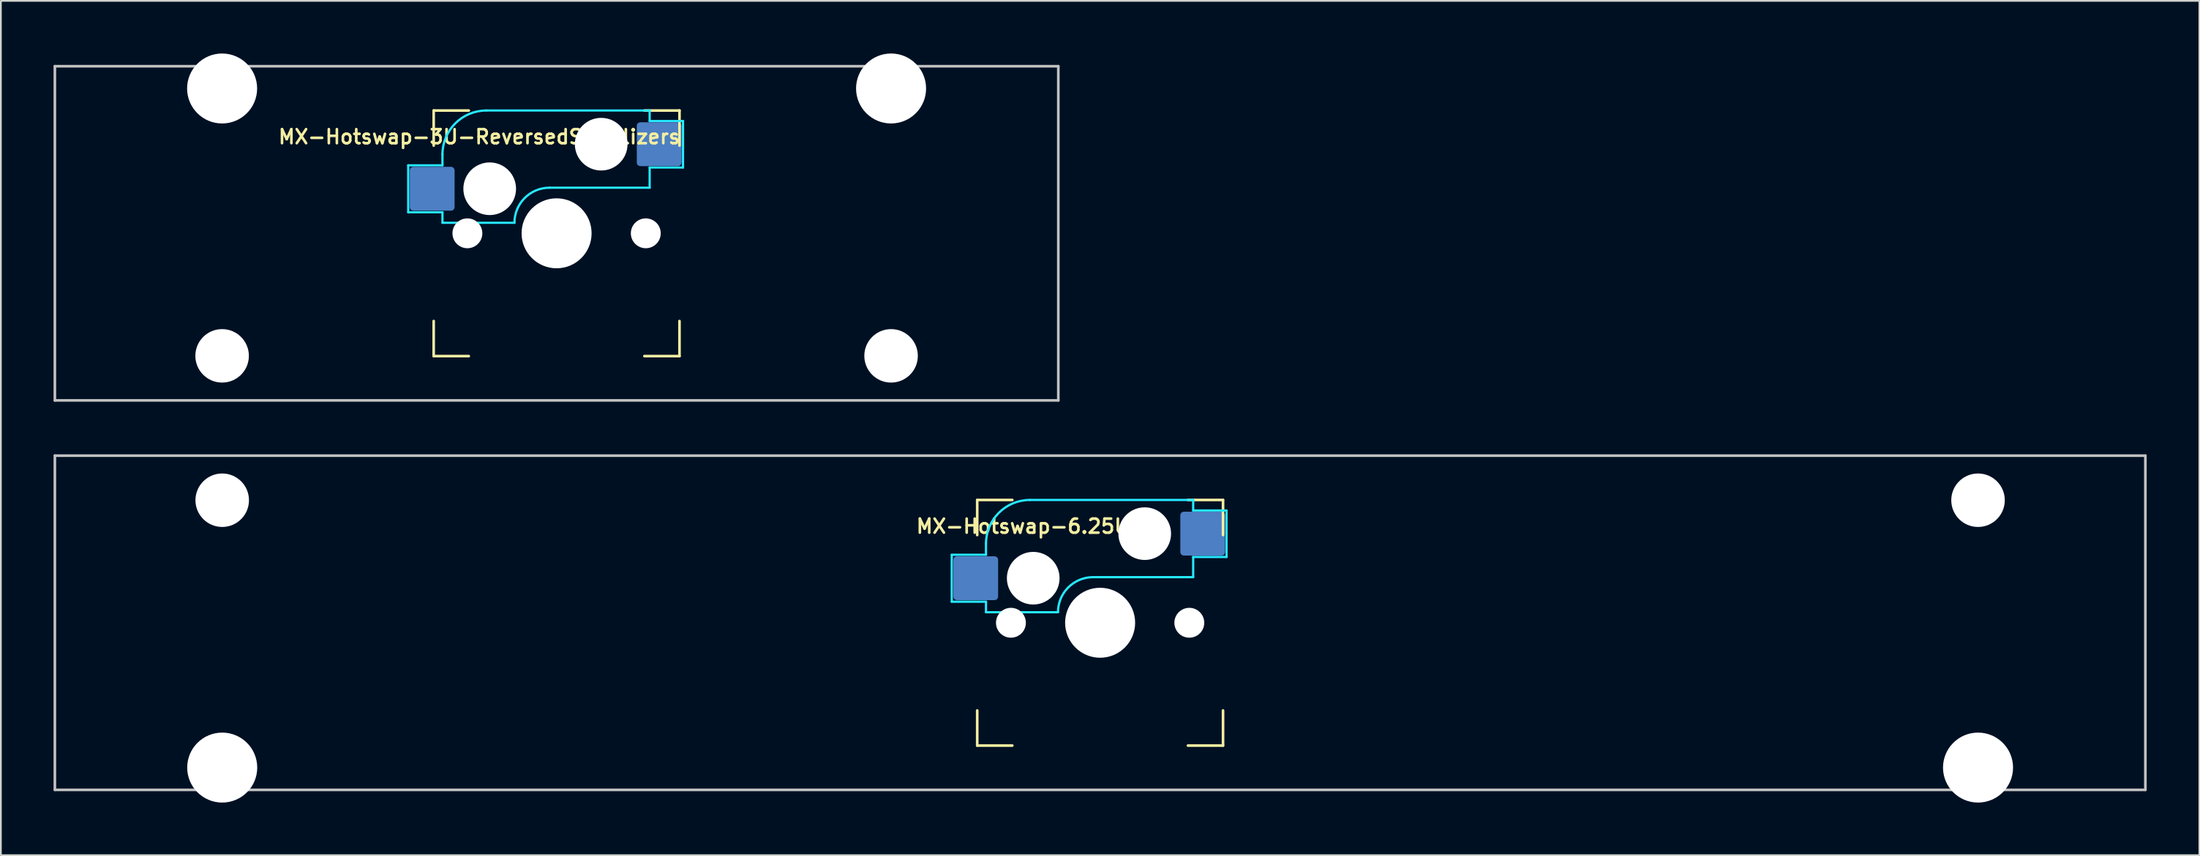
<source format=kicad_pcb>
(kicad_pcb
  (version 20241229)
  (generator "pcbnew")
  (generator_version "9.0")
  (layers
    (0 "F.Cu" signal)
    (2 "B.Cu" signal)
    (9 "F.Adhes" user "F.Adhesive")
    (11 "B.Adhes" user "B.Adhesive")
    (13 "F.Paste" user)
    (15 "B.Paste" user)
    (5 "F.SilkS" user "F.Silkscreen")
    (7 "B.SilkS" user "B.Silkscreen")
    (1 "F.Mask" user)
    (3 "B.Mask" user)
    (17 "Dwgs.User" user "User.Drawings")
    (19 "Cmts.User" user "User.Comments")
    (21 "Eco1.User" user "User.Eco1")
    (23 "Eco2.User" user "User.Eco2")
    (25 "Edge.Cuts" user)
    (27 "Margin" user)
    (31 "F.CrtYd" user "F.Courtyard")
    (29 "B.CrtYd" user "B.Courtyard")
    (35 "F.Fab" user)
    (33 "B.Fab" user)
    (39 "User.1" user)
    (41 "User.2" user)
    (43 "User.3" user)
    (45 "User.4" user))
  (footprint "MX-Hotswap-6.25U"
    (layer "F.Cu")
    (at 59.606 32.449)
    (property "Reference" "MX-Hotswap-6.25U" (at -4.4 -5.5 0) (layer "F.SilkS") (effects (font (size 0.8 0.8) (thickness 0.15))))
    (attr smd)
    (fp_line (start -7 -7) (end -7 -5) (stroke (width 0.15) (type solid)) (layer "F.SilkS"))
    (fp_line (start -7 5) (end -7 7) (stroke (width 0.15) (type solid)) (layer "F.SilkS"))
    (fp_line (start -7 7) (end -5 7) (stroke (width 0.15) (type solid)) (layer "F.SilkS"))
    (fp_line (start -5 -7) (end -7 -7) (stroke (width 0.15) (type solid)) (layer "F.SilkS"))
    (fp_line (start 5 -7) (end 7 -7) (stroke (width 0.15) (type solid)) (layer "F.SilkS"))
    (fp_line (start 5 7) (end 7 7) (stroke (width 0.15) (type solid)) (layer "F.SilkS"))
    (fp_line (start 7 -7) (end 7 -5) (stroke (width 0.15) (type solid)) (layer "F.SilkS"))
    (fp_line (start 7 7) (end 7 5) (stroke (width 0.15) (type solid)) (layer "F.SilkS"))
    (fp_line (start -59.531 9.525) (end -59.531 -9.525) (stroke (width 0.15) (type solid)) (layer "Dwgs.User"))
    (fp_line (start 59.531 -9.525) (end -59.531 -9.525) (stroke (width 0.15) (type solid)) (layer "Dwgs.User"))
    (fp_line (start 59.531 9.525) (end -59.531 9.525) (stroke (width 0.15) (type solid)) (layer "Dwgs.User"))
    (fp_line (start 59.531 9.525) (end 59.531 -9.525) (stroke (width 0.15) (type solid)) (layer "Dwgs.User"))
    (fp_line (start -8.45 -3.875) (end -8.45 -1.2) (stroke (width 0.127) (type solid)) (layer "B.CrtYd"))
    (fp_line (start -8.45 -1.2) (end -6.5 -1.2) (stroke (width 0.127) (type solid)) (layer "B.CrtYd"))
    (fp_line (start -6.5 -4.5) (end -6.5 -3.875) (stroke (width 0.127) (type solid)) (layer "B.CrtYd"))
    (fp_line (start -6.5 -3.875) (end -8.45 -3.875) (stroke (width 0.127) (type solid)) (layer "B.CrtYd"))
    (fp_line (start -6.5 -0.6) (end -6.5 -1.2) (stroke (width 0.127) (type solid)) (layer "B.CrtYd"))
    (fp_line (start -6.5 -0.6) (end -2.4 -0.6) (stroke (width 0.127) (type solid)) (layer "B.CrtYd"))
    (fp_line (start -0.4 -2.6) (end 5.3 -2.6) (stroke (width 0.127) (type solid)) (layer "B.CrtYd"))
    (fp_line (start 5.3 -7) (end -4 -7) (stroke (width 0.127) (type solid)) (layer "B.CrtYd"))
    (fp_line (start 5.3 -7) (end 5.3 -6.4) (stroke (width 0.127) (type solid)) (layer "B.CrtYd"))
    (fp_line (start 5.3 -6.4) (end 7.2 -6.4) (stroke (width 0.127) (type solid)) (layer "B.CrtYd"))
    (fp_line (start 5.3 -2.6) (end 5.3 -3.75) (stroke (width 0.127) (type solid)) (layer "B.CrtYd"))
    (fp_line (start 7.2 -6.4) (end 7.2 -3.75) (stroke (width 0.127) (type solid)) (layer "B.CrtYd"))
    (fp_line (start 7.2 -3.75) (end 5.3 -3.75) (stroke (width 0.127) (type solid)) (layer "B.CrtYd"))
    (fp_arc (start -6.5 -4.5) (mid -5.767767 -6.267767) (end -4 -7) (stroke (width 0.127) (type solid)) (layer "B.CrtYd"))
    (fp_arc (start -2.4 -0.6) (mid -1.814214 -2.014214) (end -0.4 -2.6) (stroke (width 0.127) (type solid)) (layer "B.CrtYd"))
    (pad "" np_thru_hole circle (at -50 -6.985) (size 3.048 3.048) (drill 3.048) (layers "*.Cu" "*.Mask"))
    (pad "" np_thru_hole circle (at -50 8.255) (size 3.988 3.988) (drill 3.988) (layers "*.Cu" "*.Mask"))
    (pad "" np_thru_hole circle (at -5.08 0 48.099) (size 1.702 1.702) (drill 1.702) (layers "*.Cu" "*.Mask"))
    (pad "" np_thru_hole circle (at -3.81 -2.54) (size 3 3) (drill 3) (layers "*.Cu" "*.Mask"))
    (pad "" np_thru_hole circle (at 0 0) (size 3.988 3.988) (drill 3.988) (layers "*.Cu" "*.Mask"))
    (pad "" np_thru_hole circle (at 2.54 -5.08) (size 3 3) (drill 3) (layers "*.Cu" "*.Mask"))
    (pad "" np_thru_hole circle (at 5.08 0 48.099) (size 1.702 1.702) (drill 1.702) (layers "*.Cu" "*.Mask"))
    (pad "" np_thru_hole circle (at 50 -6.985) (size 3.048 3.048) (drill 3.048) (layers "*.Cu" "*.Mask"))
    (pad "" np_thru_hole circle (at 50 8.255) (size 3.988 3.988) (drill 3.988) (layers "*.Cu" "*.Mask"))
    (pad "1" smd roundrect (at -7.085 -2.54) (size 2.55 2.5) (layers "B.Cu" "B.Mask" "B.Paste") (roundrect_rratio 0.08))
    (pad "2" smd roundrect (at 5.842 -5.08) (size 2.55 2.5) (layers "B.Cu" "B.Mask" "B.Paste") (roundrect_rratio 0.08)))
  (footprint "MX-Hotswap-3U-ReversedStabilizers"
    (layer "F.Cu")
    (at 28.65 10.249)
    (property "Reference" "MX-Hotswap-3U-ReversedStabilizers" (at -4.4 -5.5 0) (layer "F.SilkS") (effects (font (size 0.8 0.8) (thickness 0.15))))
    (attr smd)
    (fp_line (start -7 -7) (end -7 -5) (stroke (width 0.15) (type solid)) (layer "F.SilkS"))
    (fp_line (start -7 5) (end -7 7) (stroke (width 0.15) (type solid)) (layer "F.SilkS"))
    (fp_line (start -7 7) (end -5 7) (stroke (width 0.15) (type solid)) (layer "F.SilkS"))
    (fp_line (start -5 -7) (end -7 -7) (stroke (width 0.15) (type solid)) (layer "F.SilkS"))
    (fp_line (start 5 -7) (end 7 -7) (stroke (width 0.15) (type solid)) (layer "F.SilkS"))
    (fp_line (start 5 7) (end 7 7) (stroke (width 0.15) (type solid)) (layer "F.SilkS"))
    (fp_line (start 7 -7) (end 7 -5) (stroke (width 0.15) (type solid)) (layer "F.SilkS"))
    (fp_line (start 7 7) (end 7 5) (stroke (width 0.15) (type solid)) (layer "F.SilkS"))
    (fp_line (start -28.575 9.525) (end -28.575 -9.525) (stroke (width 0.15) (type solid)) (layer "Dwgs.User"))
    (fp_line (start 28.575 -9.525) (end -28.575 -9.525) (stroke (width 0.15) (type solid)) (layer "Dwgs.User"))
    (fp_line (start 28.575 9.525) (end -28.575 9.525) (stroke (width 0.15) (type solid)) (layer "Dwgs.User"))
    (fp_line (start 28.575 9.525) (end 28.575 -9.525) (stroke (width 0.15) (type solid)) (layer "Dwgs.User"))
    (fp_line (start -8.45 -3.875) (end -8.45 -1.2) (stroke (width 0.127) (type solid)) (layer "B.CrtYd"))
    (fp_line (start -8.45 -1.2) (end -6.5 -1.2) (stroke (width 0.127) (type solid)) (layer "B.CrtYd"))
    (fp_line (start -6.5 -4.5) (end -6.5 -3.875) (stroke (width 0.127) (type solid)) (layer "B.CrtYd"))
    (fp_line (start -6.5 -3.875) (end -8.45 -3.875) (stroke (width 0.127) (type solid)) (layer "B.CrtYd"))
    (fp_line (start -6.5 -0.6) (end -6.5 -1.2) (stroke (width 0.127) (type solid)) (layer "B.CrtYd"))
    (fp_line (start -6.5 -0.6) (end -2.4 -0.6) (stroke (width 0.127) (type solid)) (layer "B.CrtYd"))
    (fp_line (start -0.4 -2.6) (end 5.3 -2.6) (stroke (width 0.127) (type solid)) (layer "B.CrtYd"))
    (fp_line (start 5.3 -7) (end -4 -7) (stroke (width 0.127) (type solid)) (layer "B.CrtYd"))
    (fp_line (start 5.3 -7) (end 5.3 -6.4) (stroke (width 0.127) (type solid)) (layer "B.CrtYd"))
    (fp_line (start 5.3 -6.4) (end 7.2 -6.4) (stroke (width 0.127) (type solid)) (layer "B.CrtYd"))
    (fp_line (start 5.3 -2.6) (end 5.3 -3.75) (stroke (width 0.127) (type solid)) (layer "B.CrtYd"))
    (fp_line (start 7.2 -6.4) (end 7.2 -3.75) (stroke (width 0.127) (type solid)) (layer "B.CrtYd"))
    (fp_line (start 7.2 -3.75) (end 5.3 -3.75) (stroke (width 0.127) (type solid)) (layer "B.CrtYd"))
    (fp_arc (start -6.5 -4.5) (mid -5.767767 -6.267767) (end -4 -7) (stroke (width 0.127) (type solid)) (layer "B.CrtYd"))
    (fp_arc (start -2.4 -0.6) (mid -1.814214 -2.014214) (end -0.4 -2.6) (stroke (width 0.127) (type solid)) (layer "B.CrtYd"))
    (pad "" np_thru_hole circle (at -19.05 -8.255) (size 3.988 3.988) (drill 3.988) (layers "*.Cu" "*.Mask"))
    (pad "" np_thru_hole circle (at -19.05 6.985) (size 3.048 3.048) (drill 3.048) (layers "*.Cu" "*.Mask"))
    (pad "" np_thru_hole circle (at -5.08 0 48.099) (size 1.702 1.702) (drill 1.702) (layers "*.Cu" "*.Mask"))
    (pad "" np_thru_hole circle (at -3.81 -2.54) (size 3 3) (drill 3) (layers "*.Cu" "*.Mask"))
    (pad "" np_thru_hole circle (at 0 0) (size 3.988 3.988) (drill 3.988) (layers "*.Cu" "*.Mask"))
    (pad "" np_thru_hole circle (at 2.54 -5.08) (size 3 3) (drill 3) (layers "*.Cu" "*.Mask"))
    (pad "" np_thru_hole circle (at 5.08 0 48.099) (size 1.702 1.702) (drill 1.702) (layers "*.Cu" "*.Mask"))
    (pad "" np_thru_hole circle (at 19.05 -8.255) (size 3.988 3.988) (drill 3.988) (layers "*.Cu" "*.Mask"))
    (pad "" np_thru_hole circle (at 19.05 6.985) (size 3.048 3.048) (drill 3.048) (layers "*.Cu" "*.Mask"))
    (pad "1" smd roundrect (at -7.085 -2.54) (size 2.55 2.5) (layers "B.Cu" "B.Mask" "B.Paste") (roundrect_rratio 0.08))
    (pad "2" smd roundrect (at 5.842 -5.08) (size 2.55 2.5) (layers "B.Cu" "B.Mask" "B.Paste") (roundrect_rratio 0.08)))
  (gr_rect
    (start -3 -3)
    (end 122.213 45.698)
    (stroke (width 0.1) (type default))
    (fill no)
    (layer "Edge.Cuts")))
</source>
